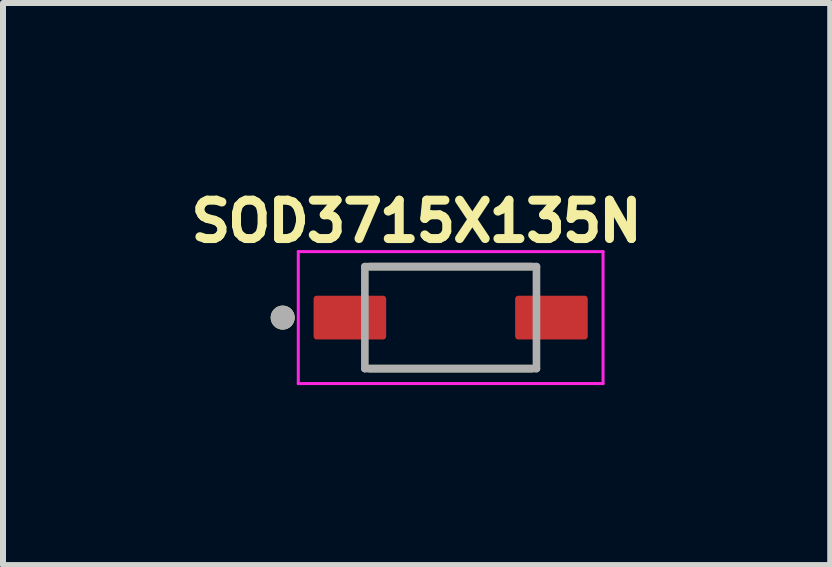
<source format=kicad_pcb>
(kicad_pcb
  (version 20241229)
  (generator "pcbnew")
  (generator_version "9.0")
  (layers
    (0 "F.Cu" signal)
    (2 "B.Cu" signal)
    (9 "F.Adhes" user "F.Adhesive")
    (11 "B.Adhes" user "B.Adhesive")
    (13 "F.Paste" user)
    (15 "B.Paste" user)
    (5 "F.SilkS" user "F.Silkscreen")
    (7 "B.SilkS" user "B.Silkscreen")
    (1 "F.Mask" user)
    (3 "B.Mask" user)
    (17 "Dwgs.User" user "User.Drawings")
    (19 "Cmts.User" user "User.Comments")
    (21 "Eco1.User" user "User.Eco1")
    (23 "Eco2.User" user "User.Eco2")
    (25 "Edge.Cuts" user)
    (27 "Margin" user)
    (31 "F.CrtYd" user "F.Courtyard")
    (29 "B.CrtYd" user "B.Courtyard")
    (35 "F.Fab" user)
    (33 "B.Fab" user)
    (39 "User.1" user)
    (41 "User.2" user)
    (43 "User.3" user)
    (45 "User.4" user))
  (footprint "SOD3715X135N"
    (layer "F.Cu")
    (at 4.462 2.244)
    (property "Reference" "SOD3715X135N" (at -0.568 -1.606 0) (layer "F.SilkS") (effects (font (size 0.64 0.64) (thickness 0.15))))
    (attr smd)
    (fp_line (start -1.35 -0.85) (end 1.35 -0.85) (stroke (width 0.127) (type solid)) (layer "F.SilkS"))
    (fp_line (start -1.35 0.85) (end 1.35 0.85) (stroke (width 0.127) (type solid)) (layer "F.SilkS"))
    (fp_circle (center -2.8 0) (end -2.7 0) (stroke (width 0.2) (type solid)) (fill no) (layer "F.SilkS"))
    (fp_line (start -2.54 -1.1) (end 2.54 -1.1) (stroke (width 0.05) (type solid)) (layer "F.CrtYd"))
    (fp_line (start -2.54 1.1) (end -2.54 -1.1) (stroke (width 0.05) (type solid)) (layer "F.CrtYd"))
    (fp_line (start 2.54 -1.1) (end 2.54 1.1) (stroke (width 0.05) (type solid)) (layer "F.CrtYd"))
    (fp_line (start 2.54 1.1) (end -2.54 1.1) (stroke (width 0.05) (type solid)) (layer "F.CrtYd"))
    (fp_line (start -1.43 -0.85) (end 1.43 -0.85) (stroke (width 0.127) (type solid)) (layer "F.Fab"))
    (fp_line (start -1.43 0.85) (end -1.43 -0.85) (stroke (width 0.127) (type solid)) (layer "F.Fab"))
    (fp_line (start 1.43 -0.85) (end 1.43 0.85) (stroke (width 0.127) (type solid)) (layer "F.Fab"))
    (fp_line (start 1.43 0.85) (end -1.43 0.85) (stroke (width 0.127) (type solid)) (layer "F.Fab"))
    (fp_circle (center -2.8 0) (end -2.7 0) (stroke (width 0.2) (type solid)) (fill no) (layer "F.Fab"))
    (pad "A" smd roundrect (at 1.68 0) (size 1.21 0.73) (layers "F.Cu" "F.Mask" "F.Paste") (roundrect_rratio 0.07))
    (pad "C" smd roundrect (at -1.68 0) (size 1.21 0.73) (layers "F.Cu" "F.Mask" "F.Paste") (roundrect_rratio 0.07)))
  (gr_rect
    (start -3 -3)
    (end 10.789 6.369)
    (stroke (width 0.1) (type default))
    (fill no)
    (layer "Edge.Cuts")))
</source>
